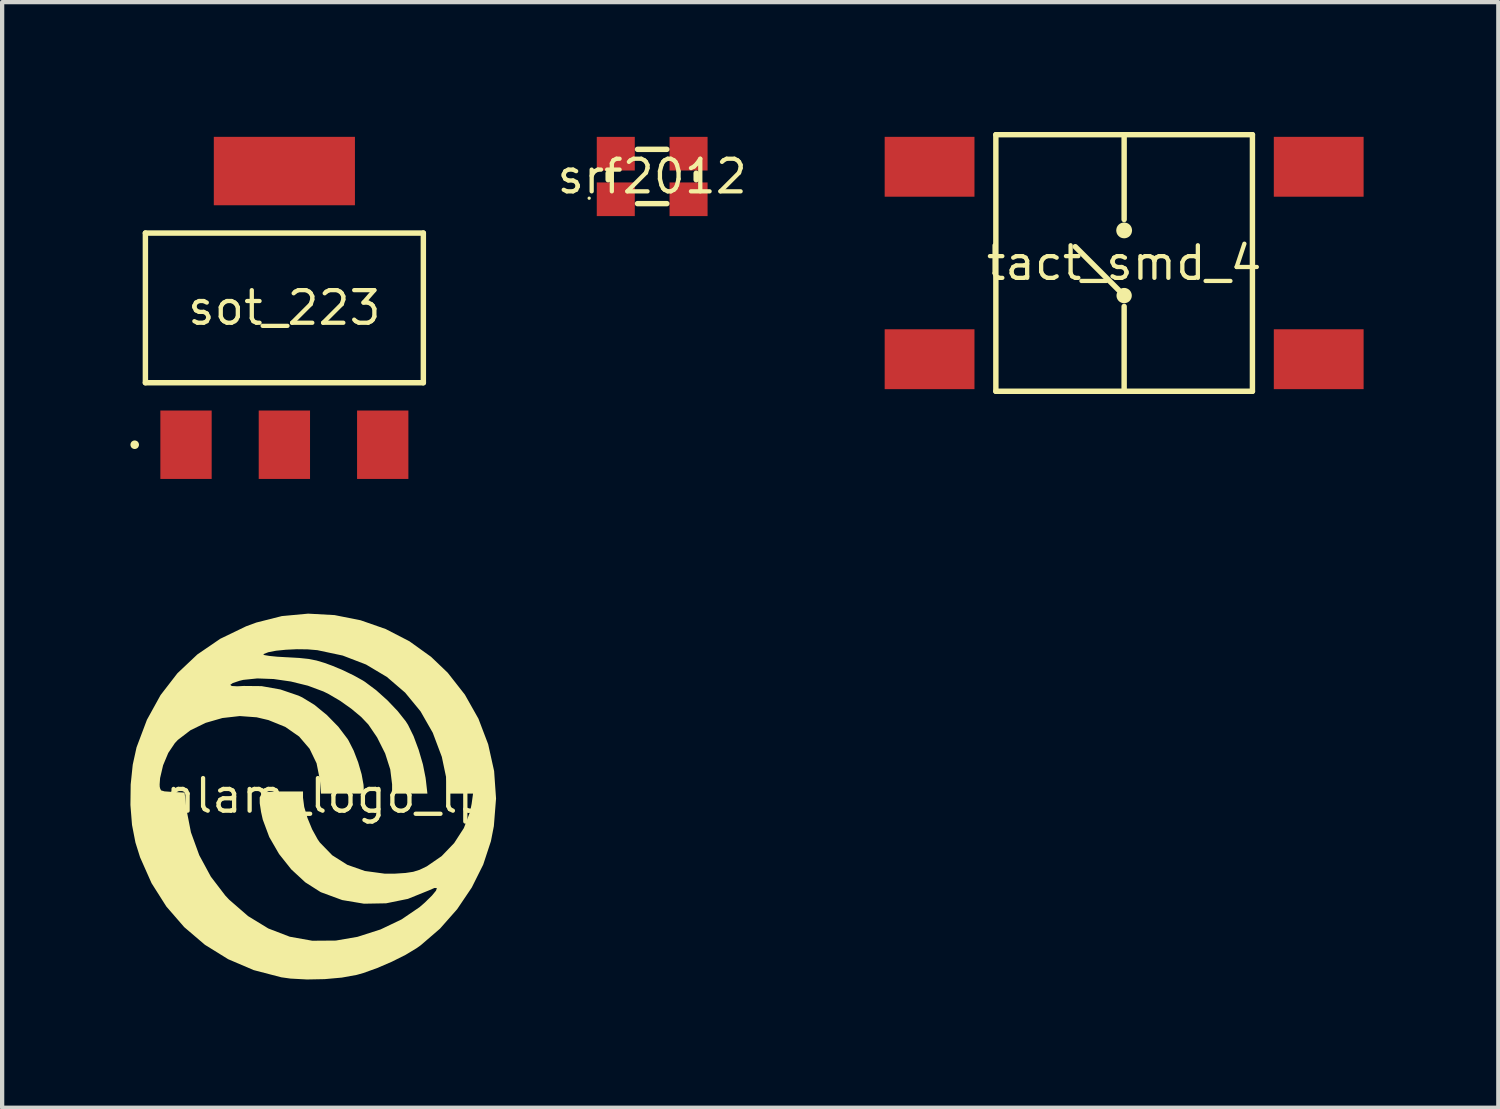
<source format=kicad_pcb>
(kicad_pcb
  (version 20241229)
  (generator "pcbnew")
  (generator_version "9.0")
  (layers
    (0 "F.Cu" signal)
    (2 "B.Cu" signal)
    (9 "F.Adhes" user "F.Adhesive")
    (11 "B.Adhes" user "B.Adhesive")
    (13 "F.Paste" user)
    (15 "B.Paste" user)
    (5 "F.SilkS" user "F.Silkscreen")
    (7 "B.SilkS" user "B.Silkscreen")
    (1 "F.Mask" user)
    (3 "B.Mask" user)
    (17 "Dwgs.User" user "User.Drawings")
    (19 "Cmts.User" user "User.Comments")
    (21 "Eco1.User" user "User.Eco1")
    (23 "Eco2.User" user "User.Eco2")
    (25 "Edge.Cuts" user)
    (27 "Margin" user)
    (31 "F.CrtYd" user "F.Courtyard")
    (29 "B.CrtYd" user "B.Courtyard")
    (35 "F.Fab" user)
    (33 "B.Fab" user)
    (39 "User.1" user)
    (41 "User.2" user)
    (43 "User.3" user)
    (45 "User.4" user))
  (footprint "tact_smd_4"
    (layer "F.Cu")
    (at 23.238 3.1)
    (property "Reference" "tact_smd_4" (at 0 0 0) (layer "F.SilkS") (effects (font (size 0.762 0.762) (thickness 0.1))))
    (attr through_hole)
    (fp_poly (pts (xy -5.75 -1.4) (xy -3.35 -1.4) (xy -3.35 -3.1) (xy -5.75 -3.1)) (stroke (width 0) (type solid)) (fill yes) (layer "F.Mask"))
    (fp_poly (pts (xy -5.75 3.1) (xy -3.35 3.1) (xy -3.35 1.4) (xy -5.75 1.4)) (stroke (width 0) (type solid)) (fill yes) (layer "F.Mask"))
    (fp_poly (pts (xy 3.35 -1.4) (xy 5.75 -1.4) (xy 5.75 -3.1) (xy 3.35 -3.1)) (stroke (width 0) (type solid)) (fill yes) (layer "F.Mask"))
    (fp_poly (pts (xy 3.35 3.1) (xy 5.75 3.1) (xy 5.75 1.4) (xy 3.35 1.4)) (stroke (width 0) (type solid)) (fill yes) (layer "F.Mask"))
    (fp_line (start -3 -3) (end 3 -3) (stroke (width 0.127) (type solid)) (layer "F.SilkS"))
    (fp_line (start -3 3) (end -3 -3) (stroke (width 0.127) (type solid)) (layer "F.SilkS"))
    (fp_line (start -1.143 -0.381) (end -0.127 0.635) (stroke (width 0.127) (type solid)) (layer "F.SilkS"))
    (fp_line (start 0 -3) (end 0 -1.016) (stroke (width 0.127) (type solid)) (layer "F.SilkS"))
    (fp_line (start 0 1.016) (end 0 3) (stroke (width 0.127) (type solid)) (layer "F.SilkS"))
    (fp_line (start 3 -3) (end 3 3) (stroke (width 0.127) (type solid)) (layer "F.SilkS"))
    (fp_line (start 3 3) (end -3 3) (stroke (width 0.127) (type solid)) (layer "F.SilkS"))
    (fp_poly (pts (xy 0.179 0.762) (xy 0.176 0.727) (xy 0.165 0.694) (xy 0.149 0.663) (xy 0.127 0.635) (xy 0.099 0.613) (xy 0.069 0.597) (xy 0.035 0.586) (xy 0 0.583) (xy -0.035 0.586) (xy -0.069 0.597) (xy -0.099 0.613) (xy -0.127 0.635) (xy -0.149 0.663) (xy -0.165 0.694) (xy -0.176 0.727) (xy -0.179 0.762) (xy -0.176 0.797) (xy -0.165 0.831) (xy -0.149 0.861) (xy -0.127 0.889) (xy -0.099 0.911) (xy -0.069 0.927) (xy -0.035 0.938) (xy 0 0.941) (xy 0.035 0.938) (xy 0.069 0.927) (xy 0.099 0.911) (xy 0.127 0.889) (xy 0.149 0.861) (xy 0.165 0.831) (xy 0.176 0.797)) (stroke (width 0) (type solid)) (fill yes) (layer "F.SilkS"))
    (fp_poly (pts (xy 0.185 -0.762) (xy 0.181 -0.798) (xy 0.171 -0.833) (xy 0.154 -0.865) (xy 0.131 -0.893) (xy 0.103 -0.916) (xy 0.071 -0.933) (xy 0.036 -0.943) (xy 0 -0.947) (xy -0.036 -0.943) (xy -0.071 -0.933) (xy -0.103 -0.916) (xy -0.131 -0.893) (xy -0.154 -0.865) (xy -0.171 -0.833) (xy -0.181 -0.798) (xy -0.185 -0.762) (xy -0.181 -0.726) (xy -0.171 -0.691) (xy -0.154 -0.659) (xy -0.131 -0.631) (xy -0.103 -0.608) (xy -0.071 -0.591) (xy -0.036 -0.581) (xy 0 -0.577) (xy 0.036 -0.581) (xy 0.071 -0.591) (xy 0.103 -0.608) (xy 0.131 -0.631) (xy 0.154 -0.659) (xy 0.171 -0.691) (xy 0.181 -0.726)) (stroke (width 0) (type solid)) (fill yes) (layer "F.SilkS"))
    (pad "1" smd rect (at 4.55 -2.25) (size 2.1 1.4) (layers "F.Cu" "F.Paste"))
    (pad "2" smd rect (at 4.55 2.25) (size 2.1 1.4) (layers "F.Cu" "F.Paste"))
    (pad "3" smd rect (at -4.55 -2.25) (size 2.1 1.4) (layers "F.Cu" "F.Paste"))
    (pad "4" smd rect (at -4.55 2.25) (size 2.1 1.4) (layers "F.Cu" "F.Paste")))
  (footprint "sot_223"
    (layer "F.Cu")
    (at 3.6 4.15)
    (property "Reference" "sot_223" (at 0 0 0) (layer "F.SilkS") (effects (font (size 0.762 0.762) (thickness 0.1))))
    (attr through_hole)
    (fp_poly (pts (xy -3.05 4.15) (xy -1.55 4.15) (xy -1.55 2.25) (xy -3.05 2.25)) (stroke (width 0) (type solid)) (fill yes) (layer "F.Mask"))
    (fp_poly (pts (xy -1.8 -2.25) (xy 1.8 -2.25) (xy 1.8 -4.15) (xy -1.8 -4.15)) (stroke (width 0) (type solid)) (fill yes) (layer "F.Mask"))
    (fp_poly (pts (xy -0.75 4.15) (xy 0.75 4.15) (xy 0.75 2.25) (xy -0.75 2.25)) (stroke (width 0) (type solid)) (fill yes) (layer "F.Mask"))
    (fp_poly (pts (xy 1.55 4.15) (xy 3.05 4.15) (xy 3.05 2.25) (xy 1.55 2.25)) (stroke (width 0) (type solid)) (fill yes) (layer "F.Mask"))
    (fp_line (start -3.25 -1.75) (end -3.25 1.75) (stroke (width 0.127) (type solid)) (layer "F.SilkS"))
    (fp_line (start -3.25 1.75) (end 3.25 1.75) (stroke (width 0.127) (type solid)) (layer "F.SilkS"))
    (fp_line (start 3.25 -1.75) (end -3.25 -1.75) (stroke (width 0.127) (type solid)) (layer "F.SilkS"))
    (fp_line (start 3.25 1.75) (end 3.25 -1.75) (stroke (width 0.127) (type solid)) (layer "F.SilkS"))
    (fp_poly (pts (xy -3.4 3.2) (xy -3.402 3.18) (xy -3.408 3.162) (xy -3.417 3.144) (xy -3.429 3.129) (xy -3.444 3.117) (xy -3.462 3.108) (xy -3.48 3.102) (xy -3.5 3.1) (xy -3.52 3.102) (xy -3.538 3.108) (xy -3.556 3.117) (xy -3.571 3.129) (xy -3.583 3.144) (xy -3.592 3.162) (xy -3.598 3.18) (xy -3.6 3.2) (xy -3.598 3.22) (xy -3.592 3.238) (xy -3.583 3.256) (xy -3.571 3.271) (xy -3.556 3.283) (xy -3.538 3.292) (xy -3.52 3.298) (xy -3.5 3.3) (xy -3.48 3.298) (xy -3.462 3.292) (xy -3.444 3.283) (xy -3.429 3.271) (xy -3.417 3.256) (xy -3.408 3.238) (xy -3.402 3.22)) (stroke (width 0) (type solid)) (fill yes) (layer "F.SilkS"))
    (pad "1" smd rect (at -2.3 3.2) (size 1.2 1.6) (layers "F.Cu" "F.Paste"))
    (pad "2" smd rect (at 0 -3.2) (size 3.3 1.6) (layers "F.Cu" "F.Paste"))
    (pad "3" smd rect (at 2.3 3.2) (size 1.2 1.6) (layers "F.Cu" "F.Paste"))
    (pad "4" smd rect (at 0 3.2) (size 1.2 1.6) (layers "F.Cu" "F.Paste")))
  (footprint "unlam_logo_lp"
    (layer "F.Cu")
    (at 4.239 15.56)
    (property "Reference" "unlam_logo_lp" (at 0 0 0) (layer "F.SilkS") (effects (font (size 0.762 0.762) (thickness 0.1))))
    (attr through_hole)
    (fp_poly (pts (xy 0.535 -4.226) (xy 1.144 -4.105) (xy 1.731 -3.9) (xy 2.285 -3.614) (xy 2.792 -3.25) (xy 3.181 -2.878) (xy 3.582 -2.366) (xy 3.899 -1.804) (xy 4.127 -1.205) (xy 4.266 -0.579) (xy 4.311 0.063) (xy 4.26 0.709) (xy 4.191 1.062) (xy 4.011 1.609) (xy 3.743 2.145) (xy 3.402 2.651) (xy 3 3.107) (xy 2.552 3.493) (xy 2.454 3.563) (xy 2.194 3.72) (xy 1.874 3.88) (xy 1.533 4.027) (xy 1.211 4.143) (xy 1.052 4.188) (xy 0.705 4.251) (xy 0.304 4.287) (xy -0.11 4.295) (xy -0.496 4.274) (xy -0.711 4.244) (xy -1.356 4.076) (xy -1.953 3.821) (xy -2.497 3.484) (xy -2.981 3.071) (xy -3.399 2.589) (xy -3.745 2.043) (xy -4.013 1.439) (xy -4.122 1.092) (xy -4.202 0.68) (xy -4.239 0.215) (xy -4.233 -0.266) (xy -3.556 -0.266) (xy -3.552 -0.176) (xy -3.522 -0.127) (xy -3.443 -0.104) (xy -3.29 -0.093) (xy -3.264 -0.091) (xy -2.972 -0.076) (xy -2.931 0.305) (xy -2.824 0.853) (xy -2.629 1.39) (xy -2.358 1.891) (xy -2.02 2.333) (xy -1.931 2.428) (xy -1.488 2.813) (xy -1.015 3.102) (xy -0.513 3.295) (xy 0.014 3.389) (xy 0.564 3.385) (xy 1.07 3.298) (xy 1.61 3.125) (xy 2.1 2.891) (xy 2.522 2.604) (xy 2.643 2.499) (xy 2.812 2.333) (xy 2.907 2.218) (xy 2.927 2.158) (xy 2.871 2.155) (xy 2.74 2.212) (xy 2.25 2.41) (xy 1.74 2.514) (xy 1.223 2.523) (xy 0.714 2.438) (xy 0.225 2.258) (xy 0.203 2.248) (xy -0.15 2.023) (xy -0.478 1.72) (xy -0.764 1.36) (xy -0.992 0.965) (xy -1.144 0.557) (xy -1.183 0.383) (xy -1.215 0.175) (xy -1.216 0.037) (xy -1.171 -0.046) (xy -1.065 -0.086) (xy -0.883 -0.1) (xy -0.687 -0.102) (xy -0.203 -0.102) (xy -0.203 0.045) (xy -0.175 0.26) (xy -0.099 0.518) (xy 0.01 0.783) (xy 0.139 1.017) (xy 0.191 1.092) (xy 0.481 1.391) (xy 0.834 1.614) (xy 1.244 1.758) (xy 1.704 1.82) (xy 1.95 1.82) (xy 2.195 1.804) (xy 2.374 1.777) (xy 2.524 1.73) (xy 2.68 1.655) (xy 2.692 1.649) (xy 3.038 1.411) (xy 3.331 1.106) (xy 3.558 0.755) (xy 3.703 0.375) (xy 3.74 0.189) (xy 3.773 -0.051) (xy 3.207 -0.051) (xy 3.173 -0.292) (xy 3.043 -0.911) (xy 2.831 -1.475) (xy 2.544 -1.977) (xy 2.185 -2.413) (xy 1.759 -2.779) (xy 1.271 -3.07) (xy 0.725 -3.28) (xy 0.131 -3.406) (xy -0.097 -3.425) (xy -0.35 -3.428) (xy -0.603 -3.416) (xy -0.833 -3.393) (xy -1.014 -3.358) (xy -1.123 -3.316) (xy -1.132 -3.308) (xy -1.102 -3.29) (xy -0.988 -3.271) (xy -0.808 -3.253) (xy -0.581 -3.24) (xy -0.575 -3.24) (xy -0.291 -3.224) (xy -0.074 -3.201) (xy 0.113 -3.164) (xy 0.305 -3.106) (xy 0.483 -3.041) (xy 0.729 -2.938) (xy 0.981 -2.816) (xy 1.194 -2.698) (xy 1.244 -2.666) (xy 1.508 -2.469) (xy 1.772 -2.232) (xy 2.011 -1.981) (xy 2.199 -1.744) (xy 2.253 -1.659) (xy 2.382 -1.396) (xy 2.502 -1.074) (xy 2.601 -0.735) (xy 2.663 -0.422) (xy 2.67 -0.368) (xy 2.706 -0.051) (xy 1.88 -0.051) (xy 1.88 -0.27) (xy 1.837 -0.617) (xy 1.718 -0.99) (xy 1.53 -1.365) (xy 1.325 -1.667) (xy 1.158 -1.843) (xy 0.928 -2.035) (xy 0.664 -2.222) (xy 0.397 -2.379) (xy 0.276 -2.439) (xy -0.089 -2.575) (xy -0.487 -2.673) (xy -0.891 -2.731) (xy -1.271 -2.745) (xy -1.601 -2.711) (xy -1.687 -2.69) (xy -1.845 -2.637) (xy -1.905 -2.595) (xy -1.869 -2.568) (xy -1.741 -2.561) (xy -1.591 -2.569) (xy -1.172 -2.565) (xy -0.732 -2.487) (xy -0.31 -2.343) (xy -0.222 -2.302) (xy 0.063 -2.128) (xy 0.355 -1.889) (xy 0.624 -1.614) (xy 0.839 -1.33) (xy 0.862 -1.292) (xy 0.981 -1.058) (xy 1.087 -0.782) (xy 1.168 -0.502) (xy 1.212 -0.258) (xy 1.216 -0.191) (xy 1.219 -0.051) (xy 0.217 -0.051) (xy 0.192 -0.369) (xy 0.114 -0.761) (xy -0.05 -1.101) (xy -0.294 -1.386) (xy -0.617 -1.611) (xy -1.012 -1.771) (xy -1.287 -1.836) (xy -1.682 -1.865) (xy -2.088 -1.819) (xy -2.48 -1.706) (xy -2.835 -1.533) (xy -3.129 -1.308) (xy -3.198 -1.235) (xy -3.354 -1.003) (xy -3.475 -0.714) (xy -3.545 -0.416) (xy -3.556 -0.266) (xy -4.233 -0.266) (xy -4.233 -0.266) (xy -4.185 -0.728) (xy -4.096 -1.133) (xy -3.853 -1.778) (xy -3.534 -2.356) (xy -3.14 -2.866) (xy -2.675 -3.305) (xy -2.139 -3.672) (xy -1.534 -3.964) (xy -1.295 -4.052) (xy -0.698 -4.203) (xy -0.083 -4.26) (xy 0.535 -4.226)) (stroke (width 0) (type solid)) (fill yes) (layer "F.SilkS")))
  (footprint "srf2012"
    (layer "F.Cu")
    (at 12.201 1.077)
    (property "Reference" "srf2012" (at 0 0 0) (layer "F.SilkS") (effects (font (size 0.762 0.762) (thickness 0.1))))
    (attr through_hole)
    (fp_poly (pts (xy -1.445 0.01) (xy -0.256 0.01) (xy -0.256 -1.077) (xy -1.445 -1.077)) (stroke (width 0) (type solid)) (fill yes) (layer "F.Mask"))
    (fp_poly (pts (xy -1.445 1.077) (xy -0.256 1.077) (xy -0.256 -0.01) (xy -1.445 -0.01)) (stroke (width 0) (type solid)) (fill yes) (layer "F.Mask"))
    (fp_poly (pts (xy 0.256 0.01) (xy 1.445 0.01) (xy 1.445 -1.077) (xy 0.256 -1.077)) (stroke (width 0) (type solid)) (fill yes) (layer "F.Mask"))
    (fp_poly (pts (xy 0.256 1.077) (xy 1.445 1.077) (xy 1.445 -0.01) (xy 0.256 -0.01)) (stroke (width 0) (type solid)) (fill yes) (layer "F.Mask"))
    (fp_line (start -1.029 -0.076) (end -1.029 0.076) (stroke (width 0.127) (type solid)) (layer "F.SilkS"))
    (fp_line (start -0.343 -0.635) (end 0.343 -0.635) (stroke (width 0.127) (type solid)) (layer "F.SilkS"))
    (fp_line (start -0.343 0.635) (end 0.343 0.635) (stroke (width 0.127) (type solid)) (layer "F.SilkS"))
    (fp_line (start 1.029 -0.076) (end 1.029 0.076) (stroke (width 0.127) (type solid)) (layer "F.SilkS"))
    (fp_poly (pts (xy -1.435 0.508) (xy -1.436 0.501) (xy -1.438 0.493) (xy -1.442 0.487) (xy -1.446 0.481) (xy -1.452 0.476) (xy -1.459 0.473) (xy -1.466 0.471) (xy -1.473 0.47) (xy -1.481 0.471) (xy -1.488 0.473) (xy -1.494 0.476) (xy -1.5 0.481) (xy -1.505 0.487) (xy -1.508 0.493) (xy -1.51 0.501) (xy -1.511 0.508) (xy -1.51 0.515) (xy -1.508 0.523) (xy -1.505 0.529) (xy -1.5 0.535) (xy -1.494 0.54) (xy -1.488 0.543) (xy -1.481 0.545) (xy -1.473 0.546) (xy -1.466 0.545) (xy -1.459 0.543) (xy -1.452 0.54) (xy -1.446 0.535) (xy -1.442 0.529) (xy -1.438 0.523) (xy -1.436 0.515)) (stroke (width 0) (type solid)) (fill yes) (layer "F.SilkS"))
    (pad "1" smd rect (at -0.851 0.533) (size 0.889 0.787) (layers "F.Cu" "F.Paste"))
    (pad "2" smd rect (at 0.851 0.533) (size 0.889 0.787) (layers "F.Cu" "F.Paste"))
    (pad "3" smd rect (at 0.851 -0.533) (size 0.889 0.787) (layers "F.Cu" "F.Paste"))
    (pad "4" smd rect (at -0.851 -0.533) (size 0.889 0.787) (layers "F.Cu" "F.Paste")))
  (gr_rect
    (start -3 -3)
    (end 31.988 22.855)
    (stroke (width 0.1) (type default))
    (fill no)
    (layer "Edge.Cuts")))
</source>
